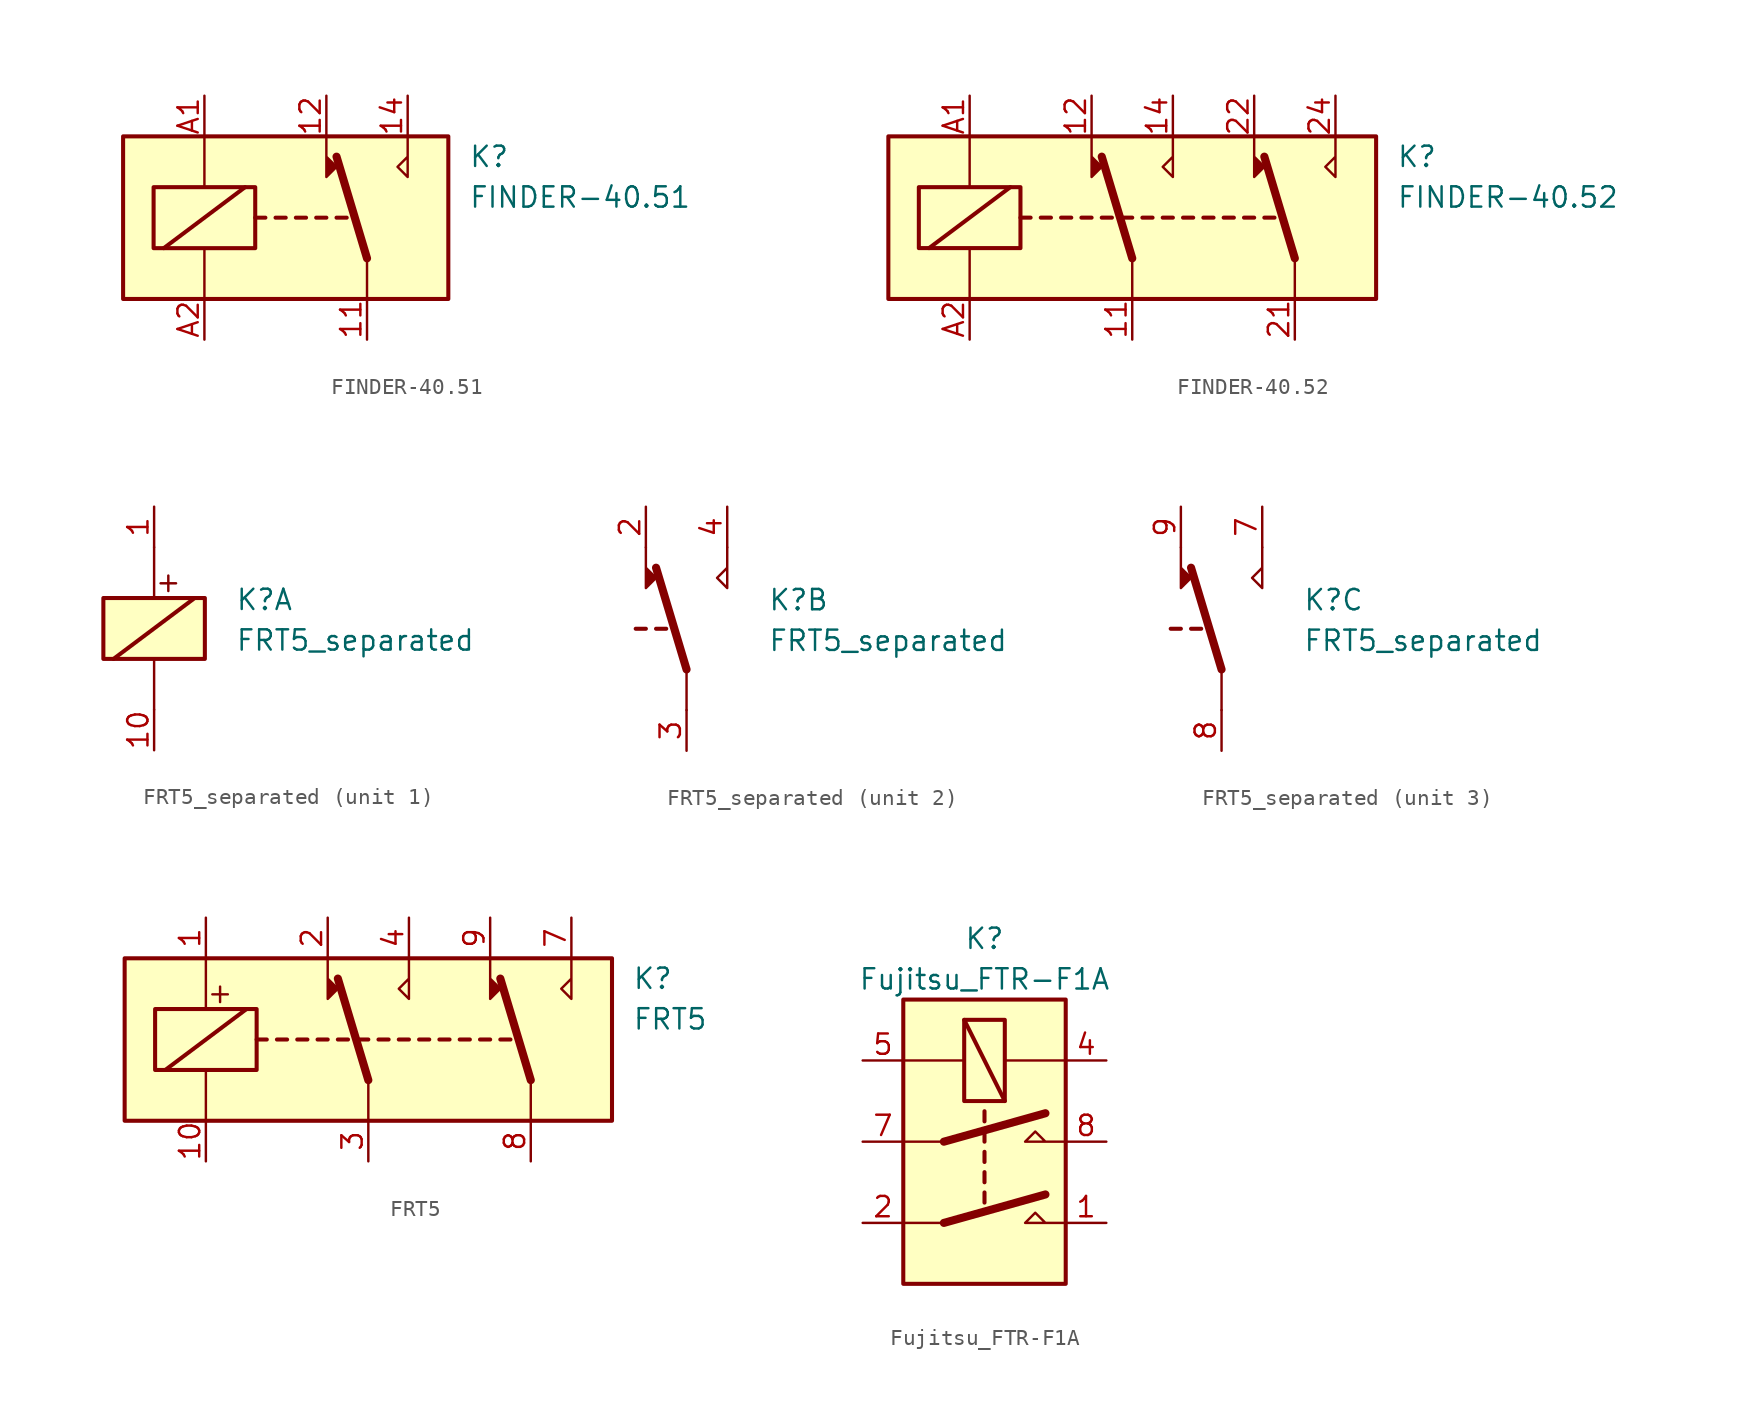
<source format=kicad_sym>
(kicad_symbol_lib
  (version 20241209)
  (generator "kicad_symbol_editor")
  (generator_version "9.0")
  (symbol "FINDER-40.51"
    (property "Reference" "K"
      (at 11.43 3.81 0)
      (effects (font (size 1.27 1.27)) (justify left)))
    (property "Value" "FINDER-40.51"
      (at 11.43 1.27 0)
      (effects (font (size 1.27 1.27)) (justify left)))
    (symbol "FINDER-40.51_0_0"
      (polyline (pts (xy 7.62 5.08) (xy 7.62 2.54) (xy 6.985 3.175) (xy 7.62 3.81)) (stroke (width 0) (type default)) (fill (type none))))
    (symbol "FINDER-40.51_0_1"
      (rectangle (start -10.16 5.08) (end 10.16 -5.08) (stroke (width 0.254) (type default)) (fill (type background)))
      (rectangle (start -8.255 1.905) (end -1.905 -1.905) (stroke (width 0.254) (type default)) (fill (type none)))
      (polyline (pts (xy -7.62 -1.905) (xy -2.54 1.905)) (stroke (width 0.254) (type default)) (fill (type none)))
      (polyline (pts (xy -5.08 5.08) (xy -5.08 1.905)) (stroke (width 0) (type default)) (fill (type none)))
      (polyline (pts (xy -5.08 -5.08) (xy -5.08 -1.905)) (stroke (width 0) (type default)) (fill (type none)))
      (polyline (pts (xy -1.905 0) (xy -1.27 0)) (stroke (width 0.254) (type default)) (fill (type none)))
      (polyline (pts (xy -0.635 0) (xy 0 0)) (stroke (width 0.254) (type default)) (fill (type none)))
      (polyline (pts (xy 0.635 0) (xy 1.27 0)) (stroke (width 0.254) (type default)) (fill (type none)))
      (polyline (pts (xy 1.905 0) (xy 2.54 0)) (stroke (width 0.254) (type default)) (fill (type none)))
      (polyline (pts (xy 2.54 5.08) (xy 2.54 2.54) (xy 3.175 3.175) (xy 2.54 3.81)) (stroke (width 0) (type default)) (fill (type outline)))
      (polyline (pts (xy 3.175 0) (xy 3.81 0)) (stroke (width 0.254) (type default)) (fill (type none)))
      (polyline (pts (xy 5.08 -2.54) (xy 3.175 3.81)) (stroke (width 0.508) (type default)) (fill (type none)))
      (polyline (pts (xy 5.08 -2.54) (xy 5.08 -5.08)) (stroke (width 0) (type default)) (fill (type none))))
    (symbol "FINDER-40.51_1_1"
      (pin passive line (at -5.08 7.62 270) (length 2.54) (name "~" (effects (font (size 1.27 1.27)))) (number "A1" (effects (font (size 1.27 1.27)))))
      (pin passive line (at -5.08 -7.62 90) (length 2.54) (name "~" (effects (font (size 1.27 1.27)))) (number "A2" (effects (font (size 1.27 1.27)))))
      (pin passive line (at 2.54 7.62 270) (length 2.54) (name "~" (effects (font (size 1.27 1.27)))) (number "12" (effects (font (size 1.27 1.27)))))
      (pin passive line (at 5.08 -7.62 90) (length 2.54) (name "~" (effects (font (size 1.27 1.27)))) (number "11" (effects (font (size 1.27 1.27)))))
      (pin passive line (at 7.62 7.62 270) (length 2.54) (name "~" (effects (font (size 1.27 1.27)))) (number "14" (effects (font (size 1.27 1.27)))))))
  (symbol "FINDER-40.52"
    (property "Reference" "K"
      (at 16.51 3.81 0)
      (effects (font (size 1.27 1.27)) (justify left)))
    (property "Value" "FINDER-40.52"
      (at 16.51 1.27 0)
      (effects (font (size 1.27 1.27)) (justify left)))
    (symbol "FINDER-40.52_0_1"
      (rectangle (start -15.24 5.08) (end 15.24 -5.08) (stroke (width 0.254) (type default)) (fill (type background)))
      (rectangle (start -13.335 1.905) (end -6.985 -1.905) (stroke (width 0.254) (type default)) (fill (type none)))
      (polyline (pts (xy -12.7 -1.905) (xy -7.62 1.905)) (stroke (width 0.254) (type default)) (fill (type none)))
      (polyline (pts (xy -10.16 5.08) (xy -10.16 1.905)) (stroke (width 0) (type default)) (fill (type none)))
      (polyline (pts (xy -10.16 -5.08) (xy -10.16 -1.905)) (stroke (width 0) (type default)) (fill (type none)))
      (polyline (pts (xy -6.985 0) (xy -6.35 0)) (stroke (width 0.254) (type default)) (fill (type none)))
      (polyline (pts (xy -5.715 0) (xy -5.08 0)) (stroke (width 0.254) (type default)) (fill (type none)))
      (polyline (pts (xy -4.445 0) (xy -3.81 0)) (stroke (width 0.254) (type default)) (fill (type none)))
      (polyline (pts (xy -3.175 0) (xy -2.54 0)) (stroke (width 0.254) (type default)) (fill (type none)))
      (polyline (pts (xy -2.54 5.08) (xy -2.54 2.54) (xy -1.905 3.175) (xy -2.54 3.81)) (stroke (width 0) (type default)) (fill (type outline)))
      (polyline (pts (xy -1.905 0) (xy -1.27 0)) (stroke (width 0.254) (type default)) (fill (type none)))
      (polyline (pts (xy -0.635 0) (xy 0 0)) (stroke (width 0.254) (type default)) (fill (type none)))
      (polyline (pts (xy 0 -2.54) (xy -1.905 3.81)) (stroke (width 0.508) (type default)) (fill (type none)))
      (polyline (pts (xy 0 -2.54) (xy 0 -5.08)) (stroke (width 0) (type default)) (fill (type none)))
      (polyline (pts (xy 0.635 0) (xy 1.27 0)) (stroke (width 0.254) (type default)) (fill (type none)))
      (polyline (pts (xy 1.905 0) (xy 2.54 0)) (stroke (width 0.254) (type default)) (fill (type none)))
      (polyline (pts (xy 2.54 5.08) (xy 2.54 2.54) (xy 1.905 3.175) (xy 2.54 3.81)) (stroke (width 0) (type default)) (fill (type none)))
      (polyline (pts (xy 3.175 0) (xy 3.81 0)) (stroke (width 0.254) (type default)) (fill (type none)))
      (polyline (pts (xy 4.445 0) (xy 5.08 0)) (stroke (width 0.254) (type default)) (fill (type none)))
      (polyline (pts (xy 5.715 0) (xy 6.35 0)) (stroke (width 0.254) (type default)) (fill (type none)))
      (polyline (pts (xy 6.985 0) (xy 7.62 0)) (stroke (width 0.254) (type default)) (fill (type none)))
      (polyline (pts (xy 7.62 5.08) (xy 7.62 2.54) (xy 8.255 3.175) (xy 7.62 3.81)) (stroke (width 0) (type default)) (fill (type outline)))
      (polyline (pts (xy 8.255 0) (xy 8.89 0)) (stroke (width 0.254) (type default)) (fill (type none)))
      (polyline (pts (xy 10.16 -2.54) (xy 8.255 3.81)) (stroke (width 0.508) (type default)) (fill (type none)))
      (polyline (pts (xy 10.16 -2.54) (xy 10.16 -5.08)) (stroke (width 0) (type default)) (fill (type none)))
      (polyline (pts (xy 12.7 5.08) (xy 12.7 2.54) (xy 12.065 3.175) (xy 12.7 3.81)) (stroke (width 0) (type default)) (fill (type none))))
    (symbol "FINDER-40.52_1_1"
      (pin passive line (at -10.16 7.62 270) (length 2.54) (name "~" (effects (font (size 1.27 1.27)))) (number "A1" (effects (font (size 1.27 1.27)))))
      (pin passive line (at -10.16 -7.62 90) (length 2.54) (name "~" (effects (font (size 1.27 1.27)))) (number "A2" (effects (font (size 1.27 1.27)))))
      (pin passive line (at -2.54 7.62 270) (length 2.54) (name "~" (effects (font (size 1.27 1.27)))) (number "12" (effects (font (size 1.27 1.27)))))
      (pin passive line (at 0 -7.62 90) (length 2.54) (name "~" (effects (font (size 1.27 1.27)))) (number "11" (effects (font (size 1.27 1.27)))))
      (pin passive line (at 2.54 7.62 270) (length 2.54) (name "~" (effects (font (size 1.27 1.27)))) (number "14" (effects (font (size 1.27 1.27)))))
      (pin passive line (at 7.62 7.62 270) (length 2.54) (name "~" (effects (font (size 1.27 1.27)))) (number "22" (effects (font (size 1.27 1.27)))))
      (pin passive line (at 10.16 -7.62 90) (length 2.54) (name "~" (effects (font (size 1.27 1.27)))) (number "21" (effects (font (size 1.27 1.27)))))
      (pin passive line (at 12.7 7.62 270) (length 2.54) (name "~" (effects (font (size 1.27 1.27)))) (number "24" (effects (font (size 1.27 1.27)))))))
  (symbol "FRT5_separated"
    (property "Reference" "K"
      (at 5.08 2.54 0)
      (effects (font (size 1.27 1.27)) (justify left top)))
    (property "Value" "FRT5_separated"
      (at 5.08 0 0)
      (effects (font (size 1.27 1.27)) (justify left top)))
    (symbol "FRT5_separated_1_0"
      (text "+" (at 0.889 2.921 0) (effects (font (size 1.27 1.27)))))
    (symbol "FRT5_separated_1_1"
      (rectangle (start -3.175 1.905) (end 3.175 -1.905) (stroke (width 0.254) (type default)) (fill (type background)))
      (polyline (pts (xy -2.54 -1.905) (xy 2.54 1.905)) (stroke (width 0.254) (type default)) (fill (type none)))
      (polyline (pts (xy 0 5.08) (xy 0 1.905)) (stroke (width 0) (type default)) (fill (type none)))
      (polyline (pts (xy 0 -5.08) (xy 0 -1.905)) (stroke (width 0) (type default)) (fill (type none)))
      (pin passive line (at 0 7.62 270) (length 2.54) (name "~" (effects (font (size 1.27 1.27)))) (number "1" (effects (font (size 1.27 1.27)))))
      (pin passive line (at 0 -7.62 90) (length 2.54) (name "~" (effects (font (size 1.27 1.27)))) (number "10" (effects (font (size 1.27 1.27))))))
    (symbol "FRT5_separated_2_1"
      (polyline (pts (xy -3.175 0) (xy -2.54 0)) (stroke (width 0.254) (type default)) (fill (type none)))
      (polyline (pts (xy -2.54 5.08) (xy -2.54 2.54) (xy -1.905 3.175) (xy -2.54 3.81)) (stroke (width 0) (type default)) (fill (type outline)))
      (polyline (pts (xy -1.905 0) (xy -1.27 0)) (stroke (width 0.254) (type default)) (fill (type none)))
      (polyline (pts (xy 0 -2.54) (xy -1.905 3.81)) (stroke (width 0.508) (type default)) (fill (type none)))
      (polyline (pts (xy 0 -2.54) (xy 0 -5.08)) (stroke (width 0) (type default)) (fill (type none)))
      (polyline (pts (xy 2.54 5.08) (xy 2.54 2.54) (xy 1.905 3.175) (xy 2.54 3.81)) (stroke (width 0) (type default)) (fill (type none)))
      (pin passive line (at -2.54 7.62 270) (length 2.54) (name "~" (effects (font (size 1.27 1.27)))) (number "2" (effects (font (size 1.27 1.27)))))
      (pin passive line (at 0 -7.62 90) (length 2.54) (name "~" (effects (font (size 1.27 1.27)))) (number "3" (effects (font (size 1.27 1.27)))))
      (pin passive line (at 2.54 7.62 270) (length 2.54) (name "~" (effects (font (size 1.27 1.27)))) (number "4" (effects (font (size 1.27 1.27))))))
    (symbol "FRT5_separated_3_1"
      (polyline (pts (xy -3.175 0) (xy -2.54 0)) (stroke (width 0.254) (type default)) (fill (type none)))
      (polyline (pts (xy -2.54 5.08) (xy -2.54 2.54) (xy -1.905 3.175) (xy -2.54 3.81)) (stroke (width 0) (type default)) (fill (type outline)))
      (polyline (pts (xy -1.905 0) (xy -1.27 0)) (stroke (width 0.254) (type default)) (fill (type none)))
      (polyline (pts (xy 0 -2.54) (xy -1.905 3.81)) (stroke (width 0.508) (type default)) (fill (type none)))
      (polyline (pts (xy 0 -2.54) (xy 0 -5.08)) (stroke (width 0) (type default)) (fill (type none)))
      (polyline (pts (xy 2.54 5.08) (xy 2.54 2.54) (xy 1.905 3.175) (xy 2.54 3.81)) (stroke (width 0) (type default)) (fill (type none)))
      (pin passive line (at -2.54 7.62 270) (length 2.54) (name "~" (effects (font (size 1.27 1.27)))) (number "9" (effects (font (size 1.27 1.27)))))
      (pin passive line (at 0 -7.62 90) (length 2.54) (name "~" (effects (font (size 1.27 1.27)))) (number "8" (effects (font (size 1.27 1.27)))))
      (pin passive line (at 2.54 7.62 270) (length 2.54) (name "~" (effects (font (size 1.27 1.27)))) (number "7" (effects (font (size 1.27 1.27)))))))
  (symbol "FRT5"
    (property "Reference" "K"
      (at 16.51 3.81 0)
      (effects (font (size 1.27 1.27)) (justify left)))
    (property "Value" "FRT5"
      (at 16.51 1.27 0)
      (effects (font (size 1.27 1.27)) (justify left)))
    (symbol "FRT5_0_0"
      (text "+" (at -9.271 2.921 0) (effects (font (size 1.27 1.27)))))
    (symbol "FRT5_0_1"
      (rectangle (start -15.24 5.08) (end 15.24 -5.08) (stroke (width 0.254) (type default)) (fill (type background)))
      (rectangle (start -13.335 1.905) (end -6.985 -1.905) (stroke (width 0.254) (type default)) (fill (type none)))
      (polyline (pts (xy -12.7 -1.905) (xy -7.62 1.905)) (stroke (width 0.254) (type default)) (fill (type none)))
      (polyline (pts (xy -10.16 5.08) (xy -10.16 1.905)) (stroke (width 0) (type default)) (fill (type none)))
      (polyline (pts (xy -10.16 -5.08) (xy -10.16 -1.905)) (stroke (width 0) (type default)) (fill (type none)))
      (polyline (pts (xy -6.985 0) (xy -6.35 0)) (stroke (width 0.254) (type default)) (fill (type none)))
      (polyline (pts (xy -5.715 0) (xy -5.08 0)) (stroke (width 0.254) (type default)) (fill (type none)))
      (polyline (pts (xy -4.445 0) (xy -3.81 0)) (stroke (width 0.254) (type default)) (fill (type none)))
      (polyline (pts (xy -3.175 0) (xy -2.54 0)) (stroke (width 0.254) (type default)) (fill (type none)))
      (polyline (pts (xy -2.54 5.08) (xy -2.54 2.54) (xy -1.905 3.175) (xy -2.54 3.81)) (stroke (width 0) (type default)) (fill (type outline)))
      (polyline (pts (xy -1.905 0) (xy -1.27 0)) (stroke (width 0.254) (type default)) (fill (type none)))
      (polyline (pts (xy -0.635 0) (xy 0 0)) (stroke (width 0.254) (type default)) (fill (type none)))
      (polyline (pts (xy 0 -2.54) (xy -1.905 3.81)) (stroke (width 0.508) (type default)) (fill (type none)))
      (polyline (pts (xy 0 -2.54) (xy 0 -5.08)) (stroke (width 0) (type default)) (fill (type none)))
      (polyline (pts (xy 0.635 0) (xy 1.27 0)) (stroke (width 0.254) (type default)) (fill (type none)))
      (polyline (pts (xy 1.905 0) (xy 2.54 0)) (stroke (width 0.254) (type default)) (fill (type none)))
      (polyline (pts (xy 2.54 5.08) (xy 2.54 2.54) (xy 1.905 3.175) (xy 2.54 3.81)) (stroke (width 0) (type default)) (fill (type none)))
      (polyline (pts (xy 3.175 0) (xy 3.81 0)) (stroke (width 0.254) (type default)) (fill (type none)))
      (polyline (pts (xy 4.445 0) (xy 5.08 0)) (stroke (width 0.254) (type default)) (fill (type none)))
      (polyline (pts (xy 5.715 0) (xy 6.35 0)) (stroke (width 0.254) (type default)) (fill (type none)))
      (polyline (pts (xy 6.985 0) (xy 7.62 0)) (stroke (width 0.254) (type default)) (fill (type none)))
      (polyline (pts (xy 7.62 5.08) (xy 7.62 2.54) (xy 8.255 3.175) (xy 7.62 3.81)) (stroke (width 0) (type default)) (fill (type outline)))
      (polyline (pts (xy 8.255 0) (xy 8.89 0)) (stroke (width 0.254) (type default)) (fill (type none)))
      (polyline (pts (xy 10.16 -2.54) (xy 8.255 3.81)) (stroke (width 0.508) (type default)) (fill (type none)))
      (polyline (pts (xy 10.16 -2.54) (xy 10.16 -5.08)) (stroke (width 0) (type default)) (fill (type none)))
      (polyline (pts (xy 12.7 5.08) (xy 12.7 2.54) (xy 12.065 3.175) (xy 12.7 3.81)) (stroke (width 0) (type default)) (fill (type none))))
    (symbol "FRT5_1_1"
      (pin passive line (at -10.16 7.62 270) (length 2.54) (name "~" (effects (font (size 1.27 1.27)))) (number "1" (effects (font (size 1.27 1.27)))))
      (pin passive line (at -10.16 -7.62 90) (length 2.54) (name "~" (effects (font (size 1.27 1.27)))) (number "10" (effects (font (size 1.27 1.27)))))
      (pin passive line (at -2.54 7.62 270) (length 2.54) (name "~" (effects (font (size 1.27 1.27)))) (number "2" (effects (font (size 1.27 1.27)))))
      (pin passive line (at 0 -7.62 90) (length 2.54) (name "~" (effects (font (size 1.27 1.27)))) (number "3" (effects (font (size 1.27 1.27)))))
      (pin passive line (at 2.54 7.62 270) (length 2.54) (name "~" (effects (font (size 1.27 1.27)))) (number "4" (effects (font (size 1.27 1.27)))))
      (pin passive line (at 7.62 7.62 270) (length 2.54) (name "~" (effects (font (size 1.27 1.27)))) (number "9" (effects (font (size 1.27 1.27)))))
      (pin passive line (at 10.16 -7.62 90) (length 2.54) (name "~" (effects (font (size 1.27 1.27)))) (number "8" (effects (font (size 1.27 1.27)))))
      (pin passive line (at 12.7 7.62 270) (length 2.54) (name "~" (effects (font (size 1.27 1.27)))) (number "7" (effects (font (size 1.27 1.27)))))))
  (symbol "Fujitsu_FTR-F1A"
    (property "Reference" "K"
      (at 0 12.7 0)
      (effects (font (size 1.27 1.27))))
    (property "Value" "Fujitsu_FTR-F1A"
      (at 0 10.16 0)
      (effects (font (size 1.27 1.27))))
    (symbol "Fujitsu_FTR-F1A_0_1"
      (rectangle (start -1.27 7.62) (end 1.27 2.54) (stroke (width 0.254) (type default)) (fill (type background)))
      (polyline (pts (xy -1.27 7.62) (xy 1.27 2.54)) (stroke (width 0.254) (type default)) (fill (type none))))
    (symbol "Fujitsu_FTR-F1A_1_1"
      (polyline (pts (xy -5.08 5.08) (xy -1.27 5.08) (xy -1.524 5.08)) (stroke (width 0) (type default)) (fill (type none)))
      (polyline (pts (xy -2.54 0) (xy -5.08 0)) (stroke (width 0) (type default)) (fill (type none)))
      (polyline (pts (xy -2.54 0) (xy 3.81 1.778)) (stroke (width 0.508) (type default)) (fill (type none)))
      (polyline (pts (xy -2.54 -5.08) (xy -5.08 -5.08)) (stroke (width 0) (type default)) (fill (type none)))
      (polyline (pts (xy -2.54 -5.08) (xy 3.81 -3.302)) (stroke (width 0.508) (type default)) (fill (type none)))
      (polyline (pts (xy 0 1.905) (xy 0 1.27)) (stroke (width 0.254) (type default)) (fill (type none)))
      (polyline (pts (xy 0 0.635) (xy 0 0)) (stroke (width 0.254) (type default)) (fill (type none)))
      (polyline (pts (xy 0 -0.635) (xy 0 -1.27)) (stroke (width 0.254) (type default)) (fill (type none)))
      (polyline (pts (xy 0 -1.905) (xy 0 -2.54)) (stroke (width 0.254) (type default)) (fill (type none)))
      (polyline (pts (xy 0 -3.175) (xy 0 -3.81)) (stroke (width 0.254) (type default)) (fill (type none)))
      (rectangle (start 5.08 8.89) (end -5.08 -8.89) (stroke (width 0.254) (type default)) (fill (type background)))
      (polyline (pts (xy 5.08 5.08) (xy 1.27 5.08)) (stroke (width 0) (type default)) (fill (type none)))
      (polyline (pts (xy 5.08 0) (xy 2.54 0) (xy 3.175 0.635) (xy 3.81 0)) (stroke (width 0) (type default)) (fill (type none)))
      (polyline (pts (xy 5.08 -5.08) (xy 2.54 -5.08) (xy 3.175 -4.445) (xy 3.81 -5.08)) (stroke (width 0) (type default)) (fill (type none)))
      (pin passive line (at -7.62 5.08 0) (length 2.54) (name "~" (effects (font (size 1.27 1.27)))) (number "5" (effects (font (size 1.27 1.27)))))
      (pin passive line (at -7.62 0 0) (length 2.54) (name "~" (effects (font (size 1.27 1.27)))) (number "7" (effects (font (size 1.27 1.27)))))
      (pin passive line (at -7.62 -5.08 0) (length 2.54) (name "~" (effects (font (size 1.27 1.27)))) (number "2" (effects (font (size 1.27 1.27)))))
      (pin passive line (at 7.62 5.08 180) (length 2.54) (name "~" (effects (font (size 1.27 1.27)))) (number "4" (effects (font (size 1.27 1.27)))))
      (pin passive line (at 7.62 0 180) (length 2.54) (name "~" (effects (font (size 1.27 1.27)))) (number "8" (effects (font (size 1.27 1.27)))))
      (pin passive line (at 7.62 -5.08 180) (length 2.54) (name "~" (effects (font (size 1.27 1.27)))) (number "1" (effects (font (size 1.27 1.27))))))))
</source>
